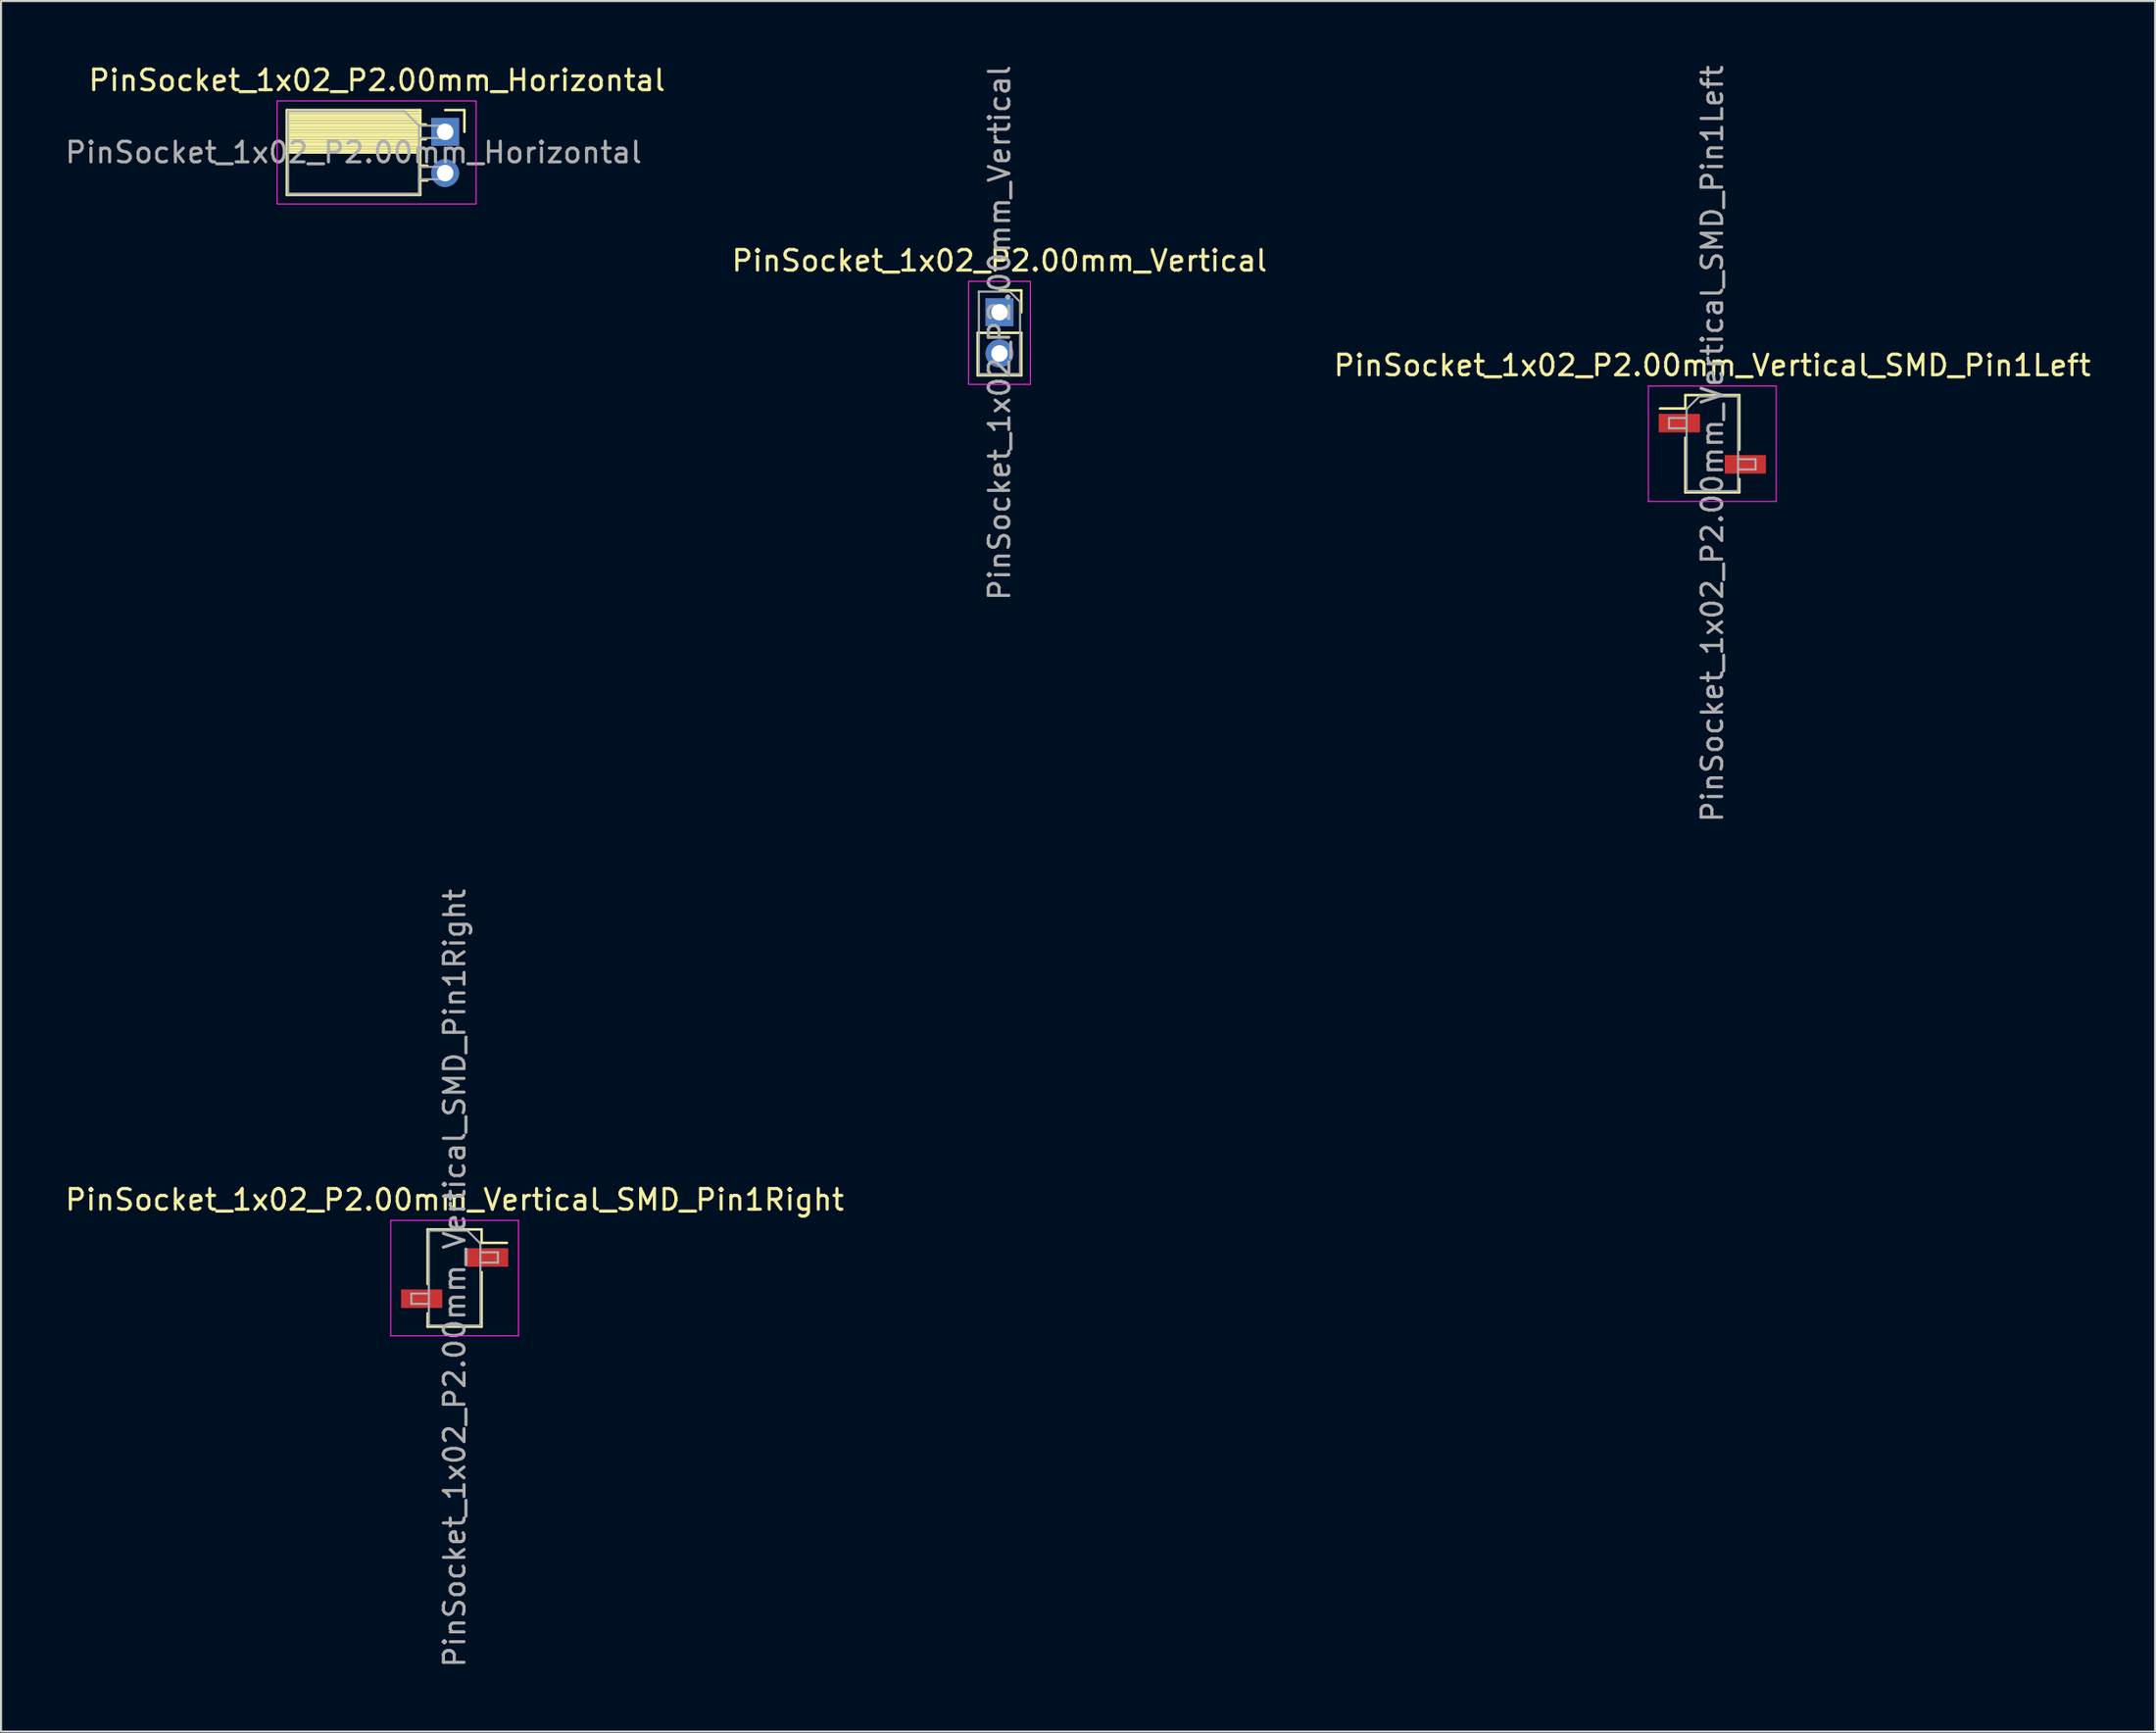
<source format=kicad_pcb>
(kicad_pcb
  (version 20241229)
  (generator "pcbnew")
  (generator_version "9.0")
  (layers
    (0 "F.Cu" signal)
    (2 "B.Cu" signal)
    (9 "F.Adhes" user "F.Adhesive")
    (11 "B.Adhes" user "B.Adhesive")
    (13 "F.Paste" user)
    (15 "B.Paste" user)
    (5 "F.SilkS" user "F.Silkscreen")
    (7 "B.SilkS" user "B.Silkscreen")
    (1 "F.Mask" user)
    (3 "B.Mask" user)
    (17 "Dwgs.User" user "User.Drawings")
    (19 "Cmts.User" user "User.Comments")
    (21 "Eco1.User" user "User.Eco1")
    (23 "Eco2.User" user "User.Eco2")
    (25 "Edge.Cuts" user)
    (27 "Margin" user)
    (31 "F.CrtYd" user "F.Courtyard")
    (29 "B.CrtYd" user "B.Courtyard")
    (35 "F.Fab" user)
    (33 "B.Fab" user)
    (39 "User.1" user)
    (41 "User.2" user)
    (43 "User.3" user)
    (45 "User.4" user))
  (footprint "PinSocket_1x02_P2.00mm_Vertical_SMD_Pin1Left"
    (layer "F.Cu")
    (at 80.022 18.482)
    (property "Reference" "PinSocket_1x02_P2.00mm_Vertical_SMD_Pin1Left" (at 0 -3.8 0) (layer "F.SilkS") (effects (font (size 1 1) (thickness 0.15))))
    (attr smd)
    (fp_line (start -2.54 -1.71) (end -1.31 -1.71) (stroke (width 0.12) (type solid)) (layer "F.SilkS"))
    (fp_line (start -1.31 -2.36) (end -1.31 -1.71) (stroke (width 0.12) (type solid)) (layer "F.SilkS"))
    (fp_line (start -1.31 -2.36) (end 1.31 -2.36) (stroke (width 0.12) (type solid)) (layer "F.SilkS"))
    (fp_line (start -1.31 -0.29) (end -1.31 2.36) (stroke (width 0.12) (type solid)) (layer "F.SilkS"))
    (fp_line (start -1.31 2.36) (end 1.31 2.36) (stroke (width 0.12) (type solid)) (layer "F.SilkS"))
    (fp_line (start 1.31 -2.36) (end 1.31 0.29) (stroke (width 0.12) (type solid)) (layer "F.SilkS"))
    (fp_line (start 1.31 1.71) (end 1.31 2.36) (stroke (width 0.12) (type solid)) (layer "F.SilkS"))
    (fp_line (start -3.1 -2.8) (end 3.1 -2.8) (stroke (width 0.05) (type solid)) (layer "F.CrtYd"))
    (fp_line (start -3.1 2.8) (end -3.1 -2.8) (stroke (width 0.05) (type solid)) (layer "F.CrtYd"))
    (fp_line (start 3.1 -2.8) (end 3.1 2.8) (stroke (width 0.05) (type solid)) (layer "F.CrtYd"))
    (fp_line (start 3.1 2.8) (end -3.1 2.8) (stroke (width 0.05) (type solid)) (layer "F.CrtYd"))
    (fp_line (start -2.1 -1.25) (end -1.25 -1.25) (stroke (width 0.1) (type solid)) (layer "F.Fab"))
    (fp_line (start -2.1 -0.75) (end -2.1 -1.25) (stroke (width 0.1) (type solid)) (layer "F.Fab"))
    (fp_line (start -1.25 -1.675) (end -0.625 -2.3) (stroke (width 0.1) (type solid)) (layer "F.Fab"))
    (fp_line (start -1.25 -0.75) (end -2.1 -0.75) (stroke (width 0.1) (type solid)) (layer "F.Fab"))
    (fp_line (start -1.25 2.3) (end -1.25 -1.675) (stroke (width 0.1) (type solid)) (layer "F.Fab"))
    (fp_line (start -0.625 -2.3) (end 1.25 -2.3) (stroke (width 0.1) (type solid)) (layer "F.Fab"))
    (fp_line (start 1.25 -2.3) (end 1.25 2.3) (stroke (width 0.1) (type solid)) (layer "F.Fab"))
    (fp_line (start 1.25 0.75) (end 2.1 0.75) (stroke (width 0.1) (type solid)) (layer "F.Fab"))
    (fp_line (start 1.25 2.3) (end -1.25 2.3) (stroke (width 0.1) (type solid)) (layer "F.Fab"))
    (fp_line (start 2.1 0.75) (end 2.1 1.25) (stroke (width 0.1) (type solid)) (layer "F.Fab"))
    (fp_line (start 2.1 1.25) (end 1.25 1.25) (stroke (width 0.1) (type solid)) (layer "F.Fab"))
    (fp_text user "${REFERENCE}" (at 0 0 90) (layer "F.Fab") (effects (font (size 1 1) (thickness 0.15))))
    (pad "1" smd rect (at -1.6 -1) (size 2 0.9) (layers "F.Cu" "F.Mask" "F.Paste"))
    (pad "2" smd rect (at 1.6 1) (size 2 0.9) (layers "F.Cu" "F.Mask" "F.Paste")))
  (footprint "PinSocket_1x02_P2.00mm_Vertical"
    (layer "F.Cu")
    (at 45.439 12.101)
    (property "Reference" "PinSocket_1x02_P2.00mm_Vertical" (at 0 -2.5 0) (layer "F.SilkS") (effects (font (size 1 1) (thickness 0.15))))
    (attr through_hole)
    (fp_line (start -1.06 1) (end -1.06 3.06) (stroke (width 0.12) (type solid)) (layer "F.SilkS"))
    (fp_line (start -1.06 1) (end 1.06 1) (stroke (width 0.12) (type solid)) (layer "F.SilkS"))
    (fp_line (start -1.06 3.06) (end 1.06 3.06) (stroke (width 0.12) (type solid)) (layer "F.SilkS"))
    (fp_line (start 0 -1.06) (end 1.06 -1.06) (stroke (width 0.12) (type solid)) (layer "F.SilkS"))
    (fp_line (start 1.06 -1.06) (end 1.06 0) (stroke (width 0.12) (type solid)) (layer "F.SilkS"))
    (fp_line (start 1.06 1) (end 1.06 3.06) (stroke (width 0.12) (type solid)) (layer "F.SilkS"))
    (fp_line (start -1.5 -1.5) (end 1.5 -1.5) (stroke (width 0.05) (type solid)) (layer "F.CrtYd"))
    (fp_line (start -1.5 3.5) (end -1.5 -1.5) (stroke (width 0.05) (type solid)) (layer "F.CrtYd"))
    (fp_line (start 1.5 -1.5) (end 1.5 3.5) (stroke (width 0.05) (type solid)) (layer "F.CrtYd"))
    (fp_line (start 1.5 3.5) (end -1.5 3.5) (stroke (width 0.05) (type solid)) (layer "F.CrtYd"))
    (fp_line (start -1 -1) (end 0.5 -1) (stroke (width 0.1) (type solid)) (layer "F.Fab"))
    (fp_line (start -1 3) (end -1 -1) (stroke (width 0.1) (type solid)) (layer "F.Fab"))
    (fp_line (start 0.5 -1) (end 1 -0.5) (stroke (width 0.1) (type solid)) (layer "F.Fab"))
    (fp_line (start 1 -0.5) (end 1 3) (stroke (width 0.1) (type solid)) (layer "F.Fab"))
    (fp_line (start 1 3) (end -1 3) (stroke (width 0.1) (type solid)) (layer "F.Fab"))
    (fp_text user "${REFERENCE}" (at 0 1 90) (layer "F.Fab") (effects (font (size 1 1) (thickness 0.15))))
    (pad "1" thru_hole rect (at 0 0) (size 1.35 1.35) (drill 0.8) (layers "*.Cu" "*.Mask"))
    (pad "2" thru_hole oval (at 0 2) (size 1.35 1.35) (drill 0.8) (layers "*.Cu" "*.Mask")))
  (footprint "PinSocket_1x02_P2.00mm_Horizontal"
    (layer "F.Cu")
    (at 18.546 3.348)
    (property "Reference" "PinSocket_1x02_P2.00mm_Horizontal" (at -3.31 -2.5 0) (layer "F.SilkS") (effects (font (size 1 1) (thickness 0.15))))
    (attr through_hole)
    (fp_line (start -7.68 -1.06) (end -7.68 3.06) (stroke (width 0.12) (type solid)) (layer "F.SilkS"))
    (fp_line (start -7.68 -1.06) (end -1.21 -1.06) (stroke (width 0.12) (type solid)) (layer "F.SilkS"))
    (fp_line (start -7.68 -0.94) (end -1.21 -0.94) (stroke (width 0.12) (type solid)) (layer "F.SilkS"))
    (fp_line (start -7.68 -0.826) (end -1.21 -0.826) (stroke (width 0.12) (type solid)) (layer "F.SilkS"))
    (fp_line (start -7.68 -0.712) (end -1.21 -0.712) (stroke (width 0.12) (type solid)) (layer "F.SilkS"))
    (fp_line (start -7.68 -0.598) (end -1.21 -0.598) (stroke (width 0.12) (type solid)) (layer "F.SilkS"))
    (fp_line (start -7.68 -0.484) (end -1.21 -0.484) (stroke (width 0.12) (type solid)) (layer "F.SilkS"))
    (fp_line (start -7.68 -0.369) (end -1.21 -0.369) (stroke (width 0.12) (type solid)) (layer "F.SilkS"))
    (fp_line (start -7.68 -0.255) (end -1.21 -0.255) (stroke (width 0.12) (type solid)) (layer "F.SilkS"))
    (fp_line (start -7.68 -0.141) (end -1.21 -0.141) (stroke (width 0.12) (type solid)) (layer "F.SilkS"))
    (fp_line (start -7.68 -0.027) (end -1.21 -0.027) (stroke (width 0.12) (type solid)) (layer "F.SilkS"))
    (fp_line (start -7.68 0.087) (end -1.21 0.087) (stroke (width 0.12) (type solid)) (layer "F.SilkS"))
    (fp_line (start -7.68 0.201) (end -1.21 0.201) (stroke (width 0.12) (type solid)) (layer "F.SilkS"))
    (fp_line (start -7.68 0.315) (end -1.21 0.315) (stroke (width 0.12) (type solid)) (layer "F.SilkS"))
    (fp_line (start -7.68 0.429) (end -1.21 0.429) (stroke (width 0.12) (type solid)) (layer "F.SilkS"))
    (fp_line (start -7.68 0.544) (end -1.21 0.544) (stroke (width 0.12) (type solid)) (layer "F.SilkS"))
    (fp_line (start -7.68 0.658) (end -1.21 0.658) (stroke (width 0.12) (type solid)) (layer "F.SilkS"))
    (fp_line (start -7.68 0.772) (end -1.21 0.772) (stroke (width 0.12) (type solid)) (layer "F.SilkS"))
    (fp_line (start -7.68 0.886) (end -1.21 0.886) (stroke (width 0.12) (type solid)) (layer "F.SilkS"))
    (fp_line (start -7.68 1) (end -1.21 1) (stroke (width 0.12) (type solid)) (layer "F.SilkS"))
    (fp_line (start -7.68 3.06) (end -1.21 3.06) (stroke (width 0.12) (type solid)) (layer "F.SilkS"))
    (fp_line (start -1.21 -1.06) (end -1.21 3.06) (stroke (width 0.12) (type solid)) (layer "F.SilkS"))
    (fp_line (start -1.21 -0.36) (end -0.935 -0.36) (stroke (width 0.12) (type solid)) (layer "F.SilkS"))
    (fp_line (start -1.21 0.36) (end -0.935 0.36) (stroke (width 0.12) (type solid)) (layer "F.SilkS"))
    (fp_line (start -1.21 1.64) (end -0.863 1.64) (stroke (width 0.12) (type solid)) (layer "F.SilkS"))
    (fp_line (start -1.21 2.36) (end -0.863 2.36) (stroke (width 0.12) (type solid)) (layer "F.SilkS"))
    (fp_line (start 0 -1.06) (end 0.935 -1.06) (stroke (width 0.12) (type solid)) (layer "F.SilkS"))
    (fp_line (start 0.935 -1.06) (end 0.935 0) (stroke (width 0.12) (type solid)) (layer "F.SilkS"))
    (fp_line (start -8.15 -1.5) (end -8.15 3.5) (stroke (width 0.05) (type solid)) (layer "F.CrtYd"))
    (fp_line (start -8.15 3.5) (end 1.5 3.5) (stroke (width 0.05) (type solid)) (layer "F.CrtYd"))
    (fp_line (start 1.5 -1.5) (end -8.15 -1.5) (stroke (width 0.05) (type solid)) (layer "F.CrtYd"))
    (fp_line (start 1.5 3.5) (end 1.5 -1.5) (stroke (width 0.05) (type solid)) (layer "F.CrtYd"))
    (fp_line (start -7.62 -1) (end -1.97 -1) (stroke (width 0.1) (type solid)) (layer "F.Fab"))
    (fp_line (start -7.62 3) (end -7.62 -1) (stroke (width 0.1) (type solid)) (layer "F.Fab"))
    (fp_line (start -1.97 -1) (end -1.27 -0.3) (stroke (width 0.1) (type solid)) (layer "F.Fab"))
    (fp_line (start -1.27 -0.3) (end -1.27 3) (stroke (width 0.1) (type solid)) (layer "F.Fab"))
    (fp_line (start -1.27 0.3) (end 0 0.3) (stroke (width 0.1) (type solid)) (layer "F.Fab"))
    (fp_line (start -1.27 2.3) (end 0 2.3) (stroke (width 0.1) (type solid)) (layer "F.Fab"))
    (fp_line (start -1.27 3) (end -7.62 3) (stroke (width 0.1) (type solid)) (layer "F.Fab"))
    (fp_line (start 0 -0.3) (end -1.27 -0.3) (stroke (width 0.1) (type solid)) (layer "F.Fab"))
    (fp_line (start 0 0.3) (end 0 -0.3) (stroke (width 0.1) (type solid)) (layer "F.Fab"))
    (fp_line (start 0 1.7) (end -1.27 1.7) (stroke (width 0.1) (type solid)) (layer "F.Fab"))
    (fp_line (start 0 2.3) (end 0 1.7) (stroke (width 0.1) (type solid)) (layer "F.Fab"))
    (fp_text user "${REFERENCE}" (at -4.445 1 0) (layer "F.Fab") (effects (font (size 1 1) (thickness 0.15))))
    (pad "1" thru_hole rect (at 0 0) (size 1.35 1.35) (drill 0.8) (layers "*.Cu" "*.Mask"))
    (pad "2" thru_hole oval (at 0 2) (size 1.35 1.35) (drill 0.8) (layers "*.Cu" "*.Mask")))
  (footprint "PinSocket_1x02_P2.00mm_Vertical_SMD_Pin1Right"
    (layer "F.Cu")
    (at 19.006 58.97)
    (property "Reference" "PinSocket_1x02_P2.00mm_Vertical_SMD_Pin1Right" (at 0 -3.8 0) (layer "F.SilkS") (effects (font (size 1 1) (thickness 0.15))))
    (attr smd)
    (fp_line (start -1.31 -2.36) (end -1.31 0.29) (stroke (width 0.12) (type solid)) (layer "F.SilkS"))
    (fp_line (start -1.31 -2.36) (end 1.31 -2.36) (stroke (width 0.12) (type solid)) (layer "F.SilkS"))
    (fp_line (start -1.31 1.71) (end -1.31 2.36) (stroke (width 0.12) (type solid)) (layer "F.SilkS"))
    (fp_line (start -1.31 2.36) (end 1.31 2.36) (stroke (width 0.12) (type solid)) (layer "F.SilkS"))
    (fp_line (start 1.31 -2.36) (end 1.31 -1.71) (stroke (width 0.12) (type solid)) (layer "F.SilkS"))
    (fp_line (start 1.31 -1.71) (end 2.54 -1.71) (stroke (width 0.12) (type solid)) (layer "F.SilkS"))
    (fp_line (start 1.31 -0.29) (end 1.31 2.36) (stroke (width 0.12) (type solid)) (layer "F.SilkS"))
    (fp_line (start -3.1 -2.8) (end 3.1 -2.8) (stroke (width 0.05) (type solid)) (layer "F.CrtYd"))
    (fp_line (start -3.1 2.8) (end -3.1 -2.8) (stroke (width 0.05) (type solid)) (layer "F.CrtYd"))
    (fp_line (start 3.1 -2.8) (end 3.1 2.8) (stroke (width 0.05) (type solid)) (layer "F.CrtYd"))
    (fp_line (start 3.1 2.8) (end -3.1 2.8) (stroke (width 0.05) (type solid)) (layer "F.CrtYd"))
    (fp_line (start -2.1 0.75) (end -1.25 0.75) (stroke (width 0.1) (type solid)) (layer "F.Fab"))
    (fp_line (start -2.1 1.25) (end -2.1 0.75) (stroke (width 0.1) (type solid)) (layer "F.Fab"))
    (fp_line (start -1.25 -2.3) (end 0.625 -2.3) (stroke (width 0.1) (type solid)) (layer "F.Fab"))
    (fp_line (start -1.25 1.25) (end -2.1 1.25) (stroke (width 0.1) (type solid)) (layer "F.Fab"))
    (fp_line (start -1.25 2.3) (end -1.25 -2.3) (stroke (width 0.1) (type solid)) (layer "F.Fab"))
    (fp_line (start 0.625 -2.3) (end 1.25 -1.675) (stroke (width 0.1) (type solid)) (layer "F.Fab"))
    (fp_line (start 1.25 -1.675) (end 1.25 2.3) (stroke (width 0.1) (type solid)) (layer "F.Fab"))
    (fp_line (start 1.25 -1.25) (end 2.1 -1.25) (stroke (width 0.1) (type solid)) (layer "F.Fab"))
    (fp_line (start 1.25 2.3) (end -1.25 2.3) (stroke (width 0.1) (type solid)) (layer "F.Fab"))
    (fp_line (start 2.1 -1.25) (end 2.1 -0.75) (stroke (width 0.1) (type solid)) (layer "F.Fab"))
    (fp_line (start 2.1 -0.75) (end 1.25 -0.75) (stroke (width 0.1) (type solid)) (layer "F.Fab"))
    (fp_text user "${REFERENCE}" (at 0 0 90) (layer "F.Fab") (effects (font (size 1 1) (thickness 0.15))))
    (pad "1" smd rect (at 1.6 -1) (size 2 0.9) (layers "F.Cu" "F.Mask" "F.Paste"))
    (pad "2" smd rect (at -1.6 1) (size 2 0.9) (layers "F.Cu" "F.Mask" "F.Paste")))
  (gr_rect
    (start -3 -3)
    (end 101.504 80.976)
    (stroke (width 0.1) (type default))
    (fill no)
    (layer "Edge.Cuts")))
</source>
